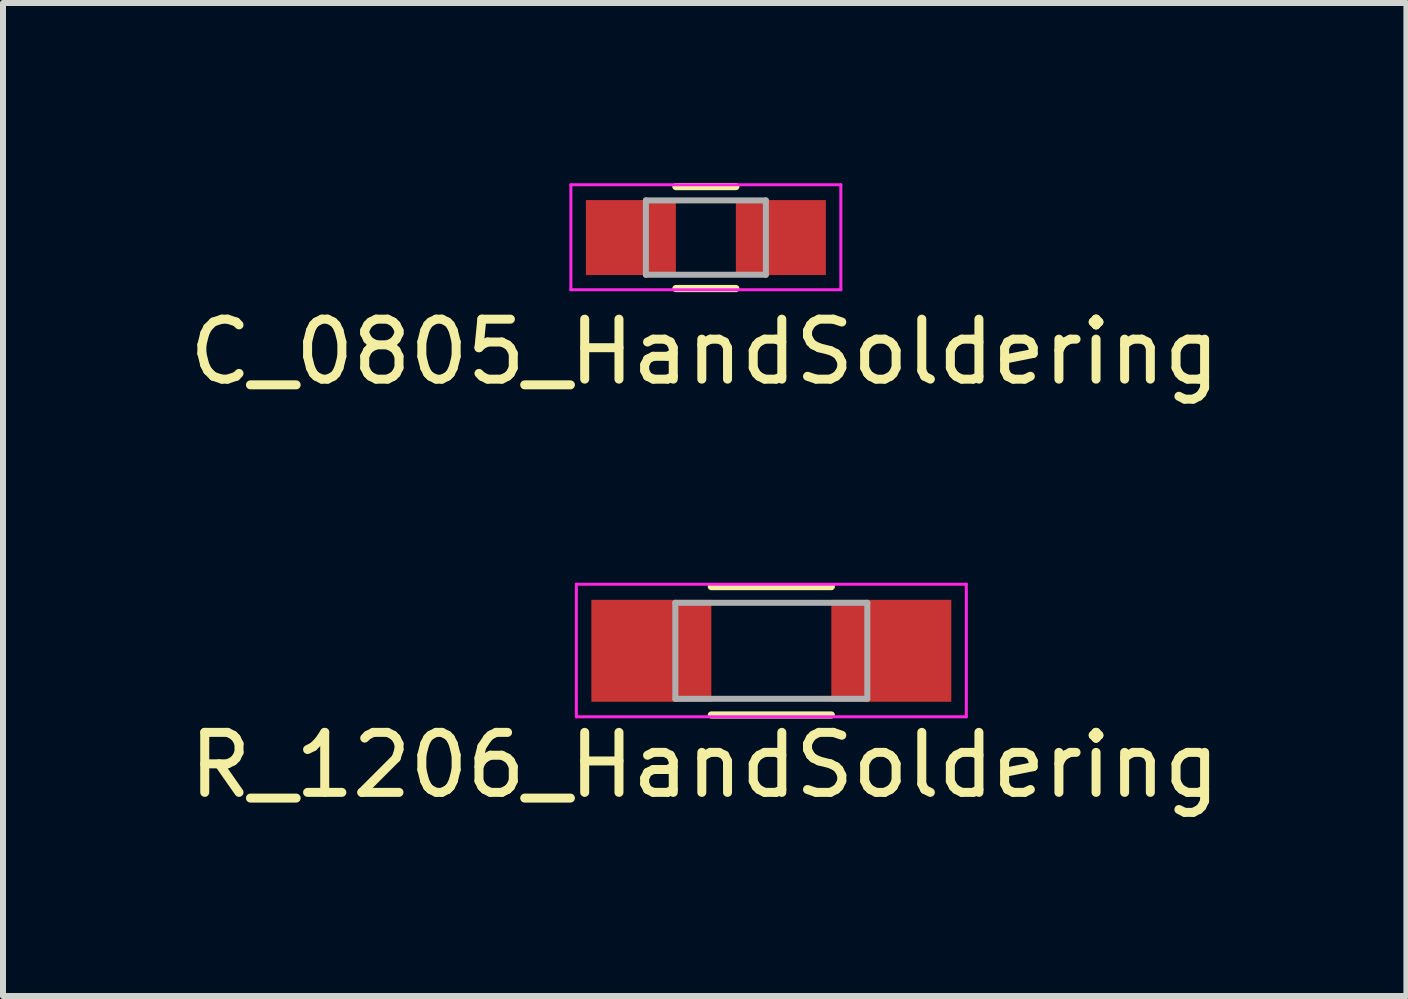
<source format=kicad_pcb>
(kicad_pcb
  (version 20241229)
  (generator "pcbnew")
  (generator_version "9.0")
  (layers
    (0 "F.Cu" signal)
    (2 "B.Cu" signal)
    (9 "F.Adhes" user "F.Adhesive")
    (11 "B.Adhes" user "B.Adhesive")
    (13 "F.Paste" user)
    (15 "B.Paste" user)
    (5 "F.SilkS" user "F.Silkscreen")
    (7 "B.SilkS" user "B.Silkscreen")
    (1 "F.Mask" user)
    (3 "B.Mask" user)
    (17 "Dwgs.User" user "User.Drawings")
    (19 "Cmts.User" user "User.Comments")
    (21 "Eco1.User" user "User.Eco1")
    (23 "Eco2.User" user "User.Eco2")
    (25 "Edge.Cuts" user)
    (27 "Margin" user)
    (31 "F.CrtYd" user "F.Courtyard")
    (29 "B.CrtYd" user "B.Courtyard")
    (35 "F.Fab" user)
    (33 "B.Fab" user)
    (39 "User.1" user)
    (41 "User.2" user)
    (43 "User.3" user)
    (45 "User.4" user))
  (footprint "R_1206_HandSoldering"
    (layer "F.Cu")
    (at 9.807 7.798)
    (property "Reference" "R_1206_HandSoldering" (at -1.111 1.905 180) (layer "F.SilkS") (effects (font (size 1 1) (thickness 0.15))))
    (attr smd)
    (fp_line (start -1 -1.07) (end 1 -1.07) (stroke (width 0.12) (type solid)) (layer "F.SilkS"))
    (fp_line (start 1 1.07) (end -1 1.07) (stroke (width 0.12) (type solid)) (layer "F.SilkS"))
    (fp_line (start -3.25 -1.11) (end -3.25 1.1) (stroke (width 0.05) (type solid)) (layer "F.CrtYd"))
    (fp_line (start -3.25 -1.11) (end 3.25 -1.11) (stroke (width 0.05) (type solid)) (layer "F.CrtYd"))
    (fp_line (start 3.25 1.1) (end -3.25 1.1) (stroke (width 0.05) (type solid)) (layer "F.CrtYd"))
    (fp_line (start 3.25 1.1) (end 3.25 -1.11) (stroke (width 0.05) (type solid)) (layer "F.CrtYd"))
    (fp_line (start -1.6 -0.8) (end 1.6 -0.8) (stroke (width 0.1) (type solid)) (layer "F.Fab"))
    (fp_line (start -1.6 0.8) (end -1.6 -0.8) (stroke (width 0.1) (type solid)) (layer "F.Fab"))
    (fp_line (start 1.6 -0.8) (end 1.6 0.8) (stroke (width 0.1) (type solid)) (layer "F.Fab"))
    (fp_line (start 1.6 0.8) (end -1.6 0.8) (stroke (width 0.1) (type solid)) (layer "F.Fab"))
    (pad "1" smd rect (at -2 0) (size 2 1.7) (layers "F.Cu" "F.Mask" "F.Paste"))
    (pad "2" smd rect (at 2 0) (size 2 1.7) (layers "F.Cu" "F.Mask" "F.Paste")))
  (footprint "C_0805_HandSoldering"
    (layer "F.Cu")
    (at 8.716 0.91)
    (property "Reference" "C_0805_HandSoldering" (at -0.02 1.905 180) (layer "F.SilkS") (effects (font (size 1 1) (thickness 0.15))))
    (attr smd)
    (fp_line (start -0.5 0.85) (end 0.5 0.85) (stroke (width 0.12) (type solid)) (layer "F.SilkS"))
    (fp_line (start 0.5 -0.85) (end -0.5 -0.85) (stroke (width 0.12) (type solid)) (layer "F.SilkS"))
    (fp_line (start -2.25 -0.88) (end -2.25 0.87) (stroke (width 0.05) (type solid)) (layer "F.CrtYd"))
    (fp_line (start -2.25 -0.88) (end 2.25 -0.88) (stroke (width 0.05) (type solid)) (layer "F.CrtYd"))
    (fp_line (start 2.25 0.87) (end -2.25 0.87) (stroke (width 0.05) (type solid)) (layer "F.CrtYd"))
    (fp_line (start 2.25 0.87) (end 2.25 -0.88) (stroke (width 0.05) (type solid)) (layer "F.CrtYd"))
    (fp_line (start -1 -0.62) (end 1 -0.62) (stroke (width 0.1) (type solid)) (layer "F.Fab"))
    (fp_line (start -1 0.62) (end -1 -0.62) (stroke (width 0.1) (type solid)) (layer "F.Fab"))
    (fp_line (start 1 -0.62) (end 1 0.62) (stroke (width 0.1) (type solid)) (layer "F.Fab"))
    (fp_line (start 1 0.62) (end -1 0.62) (stroke (width 0.1) (type solid)) (layer "F.Fab"))
    (pad "1" smd rect (at -1.25 0) (size 1.5 1.25) (layers "F.Cu" "F.Mask" "F.Paste"))
    (pad "2" smd rect (at 1.25 0) (size 1.5 1.25) (layers "F.Cu" "F.Mask" "F.Paste")))
  (gr_rect
    (start -3 -3)
    (end 20.393 13.552)
    (stroke (width 0.1) (type default))
    (fill no)
    (layer "Edge.Cuts")))
</source>
